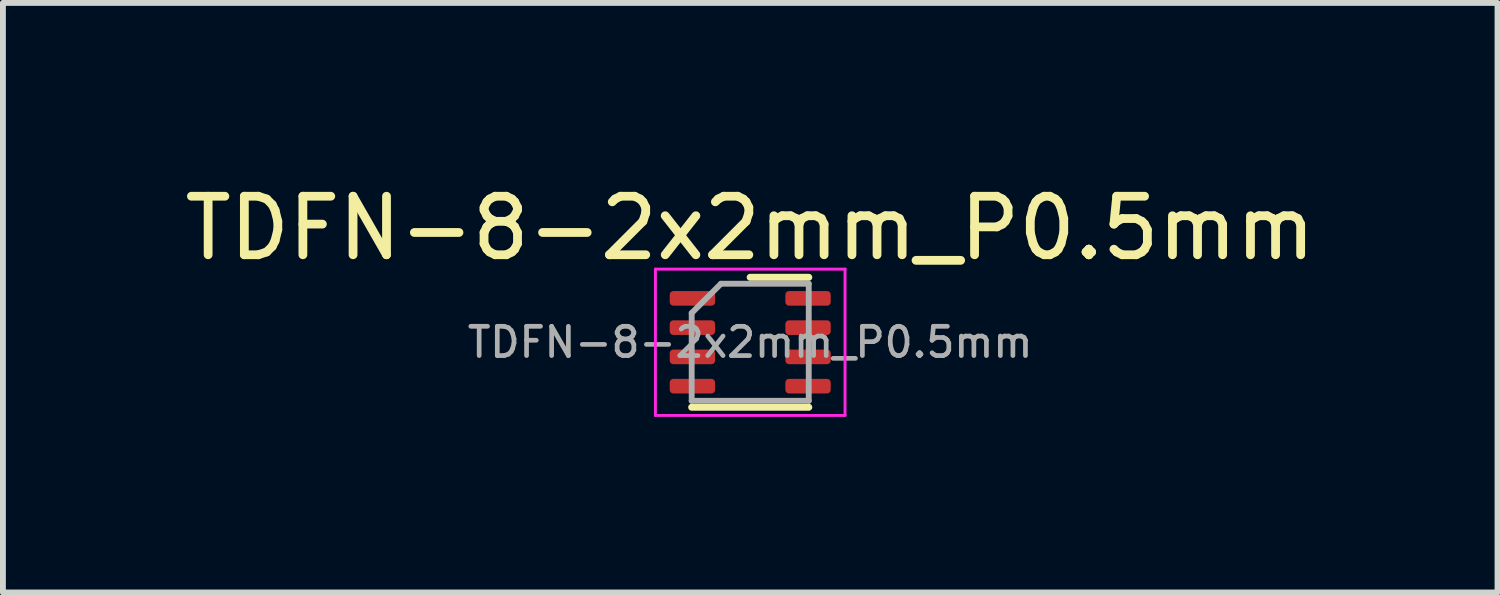
<source format=kicad_pcb>
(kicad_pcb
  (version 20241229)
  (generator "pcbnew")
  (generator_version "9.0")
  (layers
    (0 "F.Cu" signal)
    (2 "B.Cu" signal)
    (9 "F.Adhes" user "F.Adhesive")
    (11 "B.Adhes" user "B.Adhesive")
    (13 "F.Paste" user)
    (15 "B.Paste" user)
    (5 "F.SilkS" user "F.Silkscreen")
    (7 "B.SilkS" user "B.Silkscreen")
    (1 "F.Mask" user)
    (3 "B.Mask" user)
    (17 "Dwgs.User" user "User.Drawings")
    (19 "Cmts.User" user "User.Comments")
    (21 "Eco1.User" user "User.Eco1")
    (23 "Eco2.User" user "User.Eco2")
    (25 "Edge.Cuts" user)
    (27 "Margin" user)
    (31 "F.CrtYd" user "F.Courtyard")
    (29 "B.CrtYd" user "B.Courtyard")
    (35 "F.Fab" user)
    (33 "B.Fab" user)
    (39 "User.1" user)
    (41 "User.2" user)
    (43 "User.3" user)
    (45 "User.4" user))
  (footprint "TDFN-8-2x2mm_P0.5mm"
    (layer "F.Cu")
    (at 9.768 2.798)
    (property "Reference" "TDFN-8-2x2mm_P0.5mm" (at 0 -1.95 0) (layer "F.SilkS") (effects (font (size 1 1) (thickness 0.15))))
    (attr smd)
    (fp_line (start -1 1.11) (end 1 1.11) (stroke (width 0.12) (type solid)) (layer "F.SilkS"))
    (fp_line (start 0 -1.11) (end 1 -1.11) (stroke (width 0.12) (type solid)) (layer "F.SilkS"))
    (fp_line (start -1.62 -1.25) (end -1.62 1.25) (stroke (width 0.05) (type solid)) (layer "F.CrtYd"))
    (fp_line (start -1.62 1.25) (end 1.62 1.25) (stroke (width 0.05) (type solid)) (layer "F.CrtYd"))
    (fp_line (start 1.62 -1.25) (end -1.62 -1.25) (stroke (width 0.05) (type solid)) (layer "F.CrtYd"))
    (fp_line (start 1.62 1.25) (end 1.62 -1.25) (stroke (width 0.05) (type solid)) (layer "F.CrtYd"))
    (fp_line (start -1 -0.5) (end -0.5 -1) (stroke (width 0.1) (type solid)) (layer "F.Fab"))
    (fp_line (start -1 1) (end -1 -0.5) (stroke (width 0.1) (type solid)) (layer "F.Fab"))
    (fp_line (start -0.5 -1) (end 1 -1) (stroke (width 0.1) (type solid)) (layer "F.Fab"))
    (fp_line (start 1 -1) (end 1 1) (stroke (width 0.1) (type solid)) (layer "F.Fab"))
    (fp_line (start 1 1) (end -1 1) (stroke (width 0.1) (type solid)) (layer "F.Fab"))
    (fp_text user "${REFERENCE}" (at 0 0 0) (layer "F.Fab") (effects (font (size 0.5 0.5) (thickness 0.08))))
    (pad "1" smd roundrect (at -0.988 -0.75) (size 0.775 0.25) (layers "F.Cu" "F.Mask" "F.Paste") (roundrect_rratio 0.25))
    (pad "2" smd roundrect (at -0.988 -0.25) (size 0.775 0.25) (layers "F.Cu" "F.Mask" "F.Paste") (roundrect_rratio 0.25))
    (pad "3" smd roundrect (at -0.988 0.25) (size 0.775 0.25) (layers "F.Cu" "F.Mask" "F.Paste") (roundrect_rratio 0.25))
    (pad "4" smd roundrect (at -0.988 0.75) (size 0.775 0.25) (layers "F.Cu" "F.Mask" "F.Paste") (roundrect_rratio 0.25))
    (pad "5" smd roundrect (at 0.988 0.75) (size 0.775 0.25) (layers "F.Cu" "F.Mask" "F.Paste") (roundrect_rratio 0.25))
    (pad "6" smd roundrect (at 0.988 0.25) (size 0.775 0.25) (layers "F.Cu" "F.Mask" "F.Paste") (roundrect_rratio 0.25))
    (pad "7" smd roundrect (at 0.988 -0.25) (size 0.775 0.25) (layers "F.Cu" "F.Mask" "F.Paste") (roundrect_rratio 0.25))
    (pad "8" smd roundrect (at 0.988 -0.75) (size 0.775 0.25) (layers "F.Cu" "F.Mask" "F.Paste") (roundrect_rratio 0.25)))
  (gr_rect
    (start -3 -3)
    (end 22.536 7.073)
    (stroke (width 0.1) (type default))
    (fill no)
    (layer "Edge.Cuts")))
</source>
